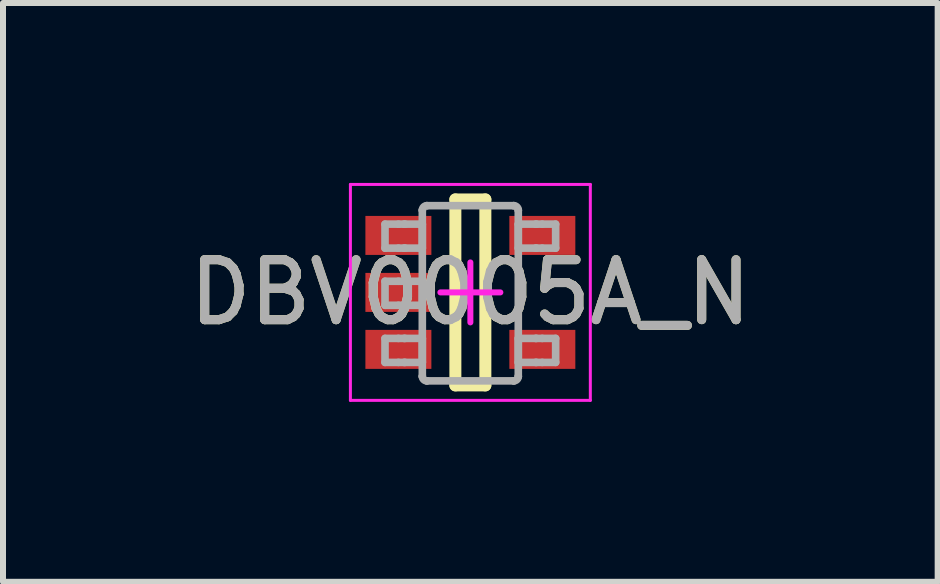
<source format=kicad_pcb>
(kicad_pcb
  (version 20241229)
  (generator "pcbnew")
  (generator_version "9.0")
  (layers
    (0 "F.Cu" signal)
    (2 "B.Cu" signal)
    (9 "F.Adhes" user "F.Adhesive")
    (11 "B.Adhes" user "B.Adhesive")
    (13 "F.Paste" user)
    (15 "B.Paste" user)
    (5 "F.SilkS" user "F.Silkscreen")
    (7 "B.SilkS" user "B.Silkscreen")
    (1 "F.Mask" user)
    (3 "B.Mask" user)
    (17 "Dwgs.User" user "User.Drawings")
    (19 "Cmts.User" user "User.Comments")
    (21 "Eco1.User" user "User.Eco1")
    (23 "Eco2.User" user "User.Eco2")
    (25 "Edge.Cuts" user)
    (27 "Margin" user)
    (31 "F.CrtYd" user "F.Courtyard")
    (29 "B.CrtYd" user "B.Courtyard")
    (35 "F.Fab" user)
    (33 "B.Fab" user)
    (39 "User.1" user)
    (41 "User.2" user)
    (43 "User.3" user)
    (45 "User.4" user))
  (footprint "DBV0005A_N"
    (layer "F.Cu")
    (at 4.792 1.825)
    (property "Reference" "DBV0005A_N" (at 0 0 0) (unlocked yes) (layer "F.SilkS") (effects (font (size 1 1) (thickness 0.15))))
    (attr smd)
    (fp_line (start -0.25 -1.55) (end 0.25 -1.55) (stroke (width 0.2) (type solid)) (layer "F.SilkS"))
    (fp_line (start -0.25 1.55) (end -0.25 -1.55) (stroke (width 0.2) (type solid)) (layer "F.SilkS"))
    (fp_line (start -0.25 1.55) (end 0.25 1.55) (stroke (width 0.2) (type solid)) (layer "F.SilkS"))
    (fp_line (start 0.25 1.55) (end 0.25 -1.55) (stroke (width 0.2) (type solid)) (layer "F.SilkS"))
    (fp_line (start -2 -1.8) (end 2 -1.8) (stroke (width 0.05) (type solid)) (layer "F.CrtYd"))
    (fp_line (start -2 1.8) (end -2 -1.8) (stroke (width 0.05) (type solid)) (layer "F.CrtYd"))
    (fp_line (start -2 1.8) (end 2 1.8) (stroke (width 0.05) (type solid)) (layer "F.CrtYd"))
    (fp_line (start -0.5 0) (end 0.5 0) (stroke (width 0.1) (type solid)) (layer "F.CrtYd"))
    (fp_line (start 0 0.5) (end 0 -0.5) (stroke (width 0.1) (type solid)) (layer "F.CrtYd"))
    (fp_line (start 2 1.8) (end 2 -1.8) (stroke (width 0.05) (type solid)) (layer "F.CrtYd"))
    (fp_line (start -1.423 -1.138) (end -1.199 -1.138) (stroke (width 0.127) (type solid)) (layer "F.Fab"))
    (fp_line (start -1.423 -0.738) (end -1.423 -1.138) (stroke (width 0.127) (type solid)) (layer "F.Fab"))
    (fp_line (start -1.423 -0.738) (end -1.199 -0.738) (stroke (width 0.127) (type solid)) (layer "F.Fab"))
    (fp_line (start -1.423 -0.186) (end -1.199 -0.186) (stroke (width 0.127) (type solid)) (layer "F.Fab"))
    (fp_line (start -1.423 0.215) (end -1.423 -0.186) (stroke (width 0.127) (type solid)) (layer "F.Fab"))
    (fp_line (start -1.423 0.215) (end -1.199 0.215) (stroke (width 0.127) (type solid)) (layer "F.Fab"))
    (fp_line (start -1.423 0.767) (end -1.199 0.767) (stroke (width 0.127) (type solid)) (layer "F.Fab"))
    (fp_line (start -1.423 1.167) (end -1.423 0.767) (stroke (width 0.127) (type solid)) (layer "F.Fab"))
    (fp_line (start -1.423 1.167) (end -1.199 1.167) (stroke (width 0.127) (type solid)) (layer "F.Fab"))
    (fp_line (start -1.199 -1.138) (end -1.105 -1.138) (stroke (width 0.127) (type solid)) (layer "F.Fab"))
    (fp_line (start -1.199 -0.738) (end -1.105 -0.738) (stroke (width 0.127) (type solid)) (layer "F.Fab"))
    (fp_line (start -1.199 -0.186) (end -1.105 -0.186) (stroke (width 0.127) (type solid)) (layer "F.Fab"))
    (fp_line (start -1.199 0.215) (end -1.105 0.215) (stroke (width 0.127) (type solid)) (layer "F.Fab"))
    (fp_line (start -1.199 0.767) (end -1.105 0.767) (stroke (width 0.127) (type solid)) (layer "F.Fab"))
    (fp_line (start -1.199 1.167) (end -1.105 1.167) (stroke (width 0.127) (type solid)) (layer "F.Fab"))
    (fp_line (start -1.105 -1.138) (end -1.088 -1.138) (stroke (width 0.127) (type solid)) (layer "F.Fab"))
    (fp_line (start -1.105 -0.738) (end -1.088 -0.738) (stroke (width 0.127) (type solid)) (layer "F.Fab"))
    (fp_line (start -1.105 -0.186) (end -1.088 -0.186) (stroke (width 0.127) (type solid)) (layer "F.Fab"))
    (fp_line (start -1.105 0.215) (end -1.088 0.215) (stroke (width 0.127) (type solid)) (layer "F.Fab"))
    (fp_line (start -1.105 0.767) (end -1.088 0.767) (stroke (width 0.127) (type solid)) (layer "F.Fab"))
    (fp_line (start -1.105 1.167) (end -1.088 1.167) (stroke (width 0.127) (type solid)) (layer "F.Fab"))
    (fp_line (start -1.088 -1.138) (end -0.835 -1.138) (stroke (width 0.127) (type solid)) (layer "F.Fab"))
    (fp_line (start -1.088 -0.738) (end -0.835 -0.738) (stroke (width 0.127) (type solid)) (layer "F.Fab"))
    (fp_line (start -1.088 -0.186) (end -0.835 -0.186) (stroke (width 0.127) (type solid)) (layer "F.Fab"))
    (fp_line (start -1.088 0.215) (end -0.835 0.215) (stroke (width 0.127) (type solid)) (layer "F.Fab"))
    (fp_line (start -1.088 0.767) (end -0.835 0.767) (stroke (width 0.127) (type solid)) (layer "F.Fab"))
    (fp_line (start -1.088 1.167) (end -0.835 1.167) (stroke (width 0.127) (type solid)) (layer "F.Fab"))
    (fp_line (start -0.835 -1.138) (end -0.801 -1.138) (stroke (width 0.127) (type solid)) (layer "F.Fab"))
    (fp_line (start -0.835 -0.738) (end -0.801 -0.738) (stroke (width 0.127) (type solid)) (layer "F.Fab"))
    (fp_line (start -0.835 -0.186) (end -0.801 -0.186) (stroke (width 0.127) (type solid)) (layer "F.Fab"))
    (fp_line (start -0.835 0.215) (end -0.801 0.215) (stroke (width 0.127) (type solid)) (layer "F.Fab"))
    (fp_line (start -0.835 0.767) (end -0.801 0.767) (stroke (width 0.127) (type solid)) (layer "F.Fab"))
    (fp_line (start -0.835 1.167) (end -0.801 1.167) (stroke (width 0.127) (type solid)) (layer "F.Fab"))
    (fp_line (start -0.801 -1.37) (end -0.801 -1.371) (stroke (width 0.127) (type solid)) (layer "F.Fab"))
    (fp_line (start -0.801 -0.738) (end -0.801 -1.138) (stroke (width 0.127) (type solid)) (layer "F.Fab"))
    (fp_line (start -0.801 0.215) (end -0.801 -0.186) (stroke (width 0.127) (type solid)) (layer "F.Fab"))
    (fp_line (start -0.801 1.167) (end -0.801 0.767) (stroke (width 0.127) (type solid)) (layer "F.Fab"))
    (fp_line (start -0.801 1.399) (end -0.801 -1.37) (stroke (width 0.127) (type solid)) (layer "F.Fab"))
    (fp_line (start -0.801 1.4) (end -0.801 1.399) (stroke (width 0.127) (type solid)) (layer "F.Fab"))
    (fp_line (start -0.725 -1.446) (end -0.725 -1.446) (stroke (width 0.127) (type solid)) (layer "F.Fab"))
    (fp_line (start -0.725 1.475) (end -0.725 1.475) (stroke (width 0.127) (type solid)) (layer "F.Fab"))
    (fp_line (start -0.725 -1.446) (end 0.723 -1.446) (stroke (width 0.127) (type solid)) (layer "F.Fab"))
    (fp_line (start -0.725 1.475) (end 0.723 1.475) (stroke (width 0.127) (type solid)) (layer "F.Fab"))
    (fp_line (start 0.723 -1.446) (end 0.724 -1.446) (stroke (width 0.127) (type solid)) (layer "F.Fab"))
    (fp_line (start 0.723 1.475) (end 0.724 1.475) (stroke (width 0.127) (type solid)) (layer "F.Fab"))
    (fp_line (start 0.799 -1.37) (end 0.799 -1.371) (stroke (width 0.127) (type solid)) (layer "F.Fab"))
    (fp_line (start 0.799 -1.138) (end 0.834 -1.138) (stroke (width 0.127) (type solid)) (layer "F.Fab"))
    (fp_line (start 0.799 -0.738) (end 0.799 -1.138) (stroke (width 0.127) (type solid)) (layer "F.Fab"))
    (fp_line (start 0.799 -0.738) (end 0.834 -0.738) (stroke (width 0.127) (type solid)) (layer "F.Fab"))
    (fp_line (start 0.799 0.767) (end 0.834 0.767) (stroke (width 0.127) (type solid)) (layer "F.Fab"))
    (fp_line (start 0.799 1.167) (end 0.799 0.767) (stroke (width 0.127) (type solid)) (layer "F.Fab"))
    (fp_line (start 0.799 1.167) (end 0.834 1.167) (stroke (width 0.127) (type solid)) (layer "F.Fab"))
    (fp_line (start 0.799 1.399) (end 0.799 -1.37) (stroke (width 0.127) (type solid)) (layer "F.Fab"))
    (fp_line (start 0.799 1.4) (end 0.799 1.399) (stroke (width 0.127) (type solid)) (layer "F.Fab"))
    (fp_line (start 0.834 -1.138) (end 1.087 -1.138) (stroke (width 0.127) (type solid)) (layer "F.Fab"))
    (fp_line (start 0.834 -0.738) (end 1.087 -0.738) (stroke (width 0.127) (type solid)) (layer "F.Fab"))
    (fp_line (start 0.834 0.767) (end 1.087 0.767) (stroke (width 0.127) (type solid)) (layer "F.Fab"))
    (fp_line (start 0.834 1.167) (end 1.087 1.167) (stroke (width 0.127) (type solid)) (layer "F.Fab"))
    (fp_line (start 1.087 -1.138) (end 1.103 -1.138) (stroke (width 0.127) (type solid)) (layer "F.Fab"))
    (fp_line (start 1.087 -0.738) (end 1.103 -0.738) (stroke (width 0.127) (type solid)) (layer "F.Fab"))
    (fp_line (start 1.087 0.767) (end 1.103 0.767) (stroke (width 0.127) (type solid)) (layer "F.Fab"))
    (fp_line (start 1.087 1.167) (end 1.103 1.167) (stroke (width 0.127) (type solid)) (layer "F.Fab"))
    (fp_line (start 1.103 -1.138) (end 1.198 -1.138) (stroke (width 0.127) (type solid)) (layer "F.Fab"))
    (fp_line (start 1.103 -0.738) (end 1.198 -0.738) (stroke (width 0.127) (type solid)) (layer "F.Fab"))
    (fp_line (start 1.103 0.767) (end 1.198 0.767) (stroke (width 0.127) (type solid)) (layer "F.Fab"))
    (fp_line (start 1.103 1.167) (end 1.198 1.167) (stroke (width 0.127) (type solid)) (layer "F.Fab"))
    (fp_line (start 1.198 -1.138) (end 1.422 -1.138) (stroke (width 0.127) (type solid)) (layer "F.Fab"))
    (fp_line (start 1.198 -0.738) (end 1.422 -0.738) (stroke (width 0.127) (type solid)) (layer "F.Fab"))
    (fp_line (start 1.198 0.767) (end 1.422 0.767) (stroke (width 0.127) (type solid)) (layer "F.Fab"))
    (fp_line (start 1.198 1.167) (end 1.422 1.167) (stroke (width 0.127) (type solid)) (layer "F.Fab"))
    (fp_line (start 1.422 -0.738) (end 1.422 -1.138) (stroke (width 0.127) (type solid)) (layer "F.Fab"))
    (fp_line (start 1.422 1.167) (end 1.422 0.767) (stroke (width 0.127) (type solid)) (layer "F.Fab"))
    (fp_arc (start -0.80074 -1.37084) (mid -0.778218 -1.423887) (end -0.724999 -1.445998) (stroke (width 0.127) (type solid)) (layer "F.Fab"))
    (fp_arc (start -0.724999 1.475) (mid -0.778213 1.452901) (end -0.80074 1.399867) (stroke (width 0.127) (type solid)) (layer "F.Fab"))
    (fp_arc (start 0.723714 -1.445998) (mid 0.776933 -1.423887) (end 0.799455 -1.37084) (stroke (width 0.127) (type solid)) (layer "F.Fab"))
    (fp_arc (start 0.799455 1.399868) (mid 0.776927 1.452901) (end 0.723713 1.475) (stroke (width 0.127) (type solid)) (layer "F.Fab"))
    (fp_text user "${REFERENCE}" (at 0 0 0) (unlocked yes) (layer "F.Fab") (effects (font (size 1 1) (thickness 0.15))))
    (pad "1" smd rect (at -1.2 -0.95 90) (size 0.65 1.1) (layers "F.Cu" "F.Mask" "F.Paste"))
    (pad "2" smd rect (at -1.2 0 90) (size 0.65 1.1) (layers "F.Cu" "F.Mask" "F.Paste"))
    (pad "3" smd rect (at -1.2 0.95 90) (size 0.65 1.1) (layers "F.Cu" "F.Mask" "F.Paste"))
    (pad "4" smd rect (at 1.2 0.95 90) (size 0.65 1.1) (layers "F.Cu" "F.Mask" "F.Paste"))
    (pad "5" smd rect (at 1.2 -0.95 90) (size 0.65 1.1) (layers "F.Cu" "F.Mask" "F.Paste")))
  (gr_rect
    (start -3 -3)
    (end 12.583 6.65)
    (stroke (width 0.1) (type default))
    (fill no)
    (layer "Edge.Cuts")))
</source>
